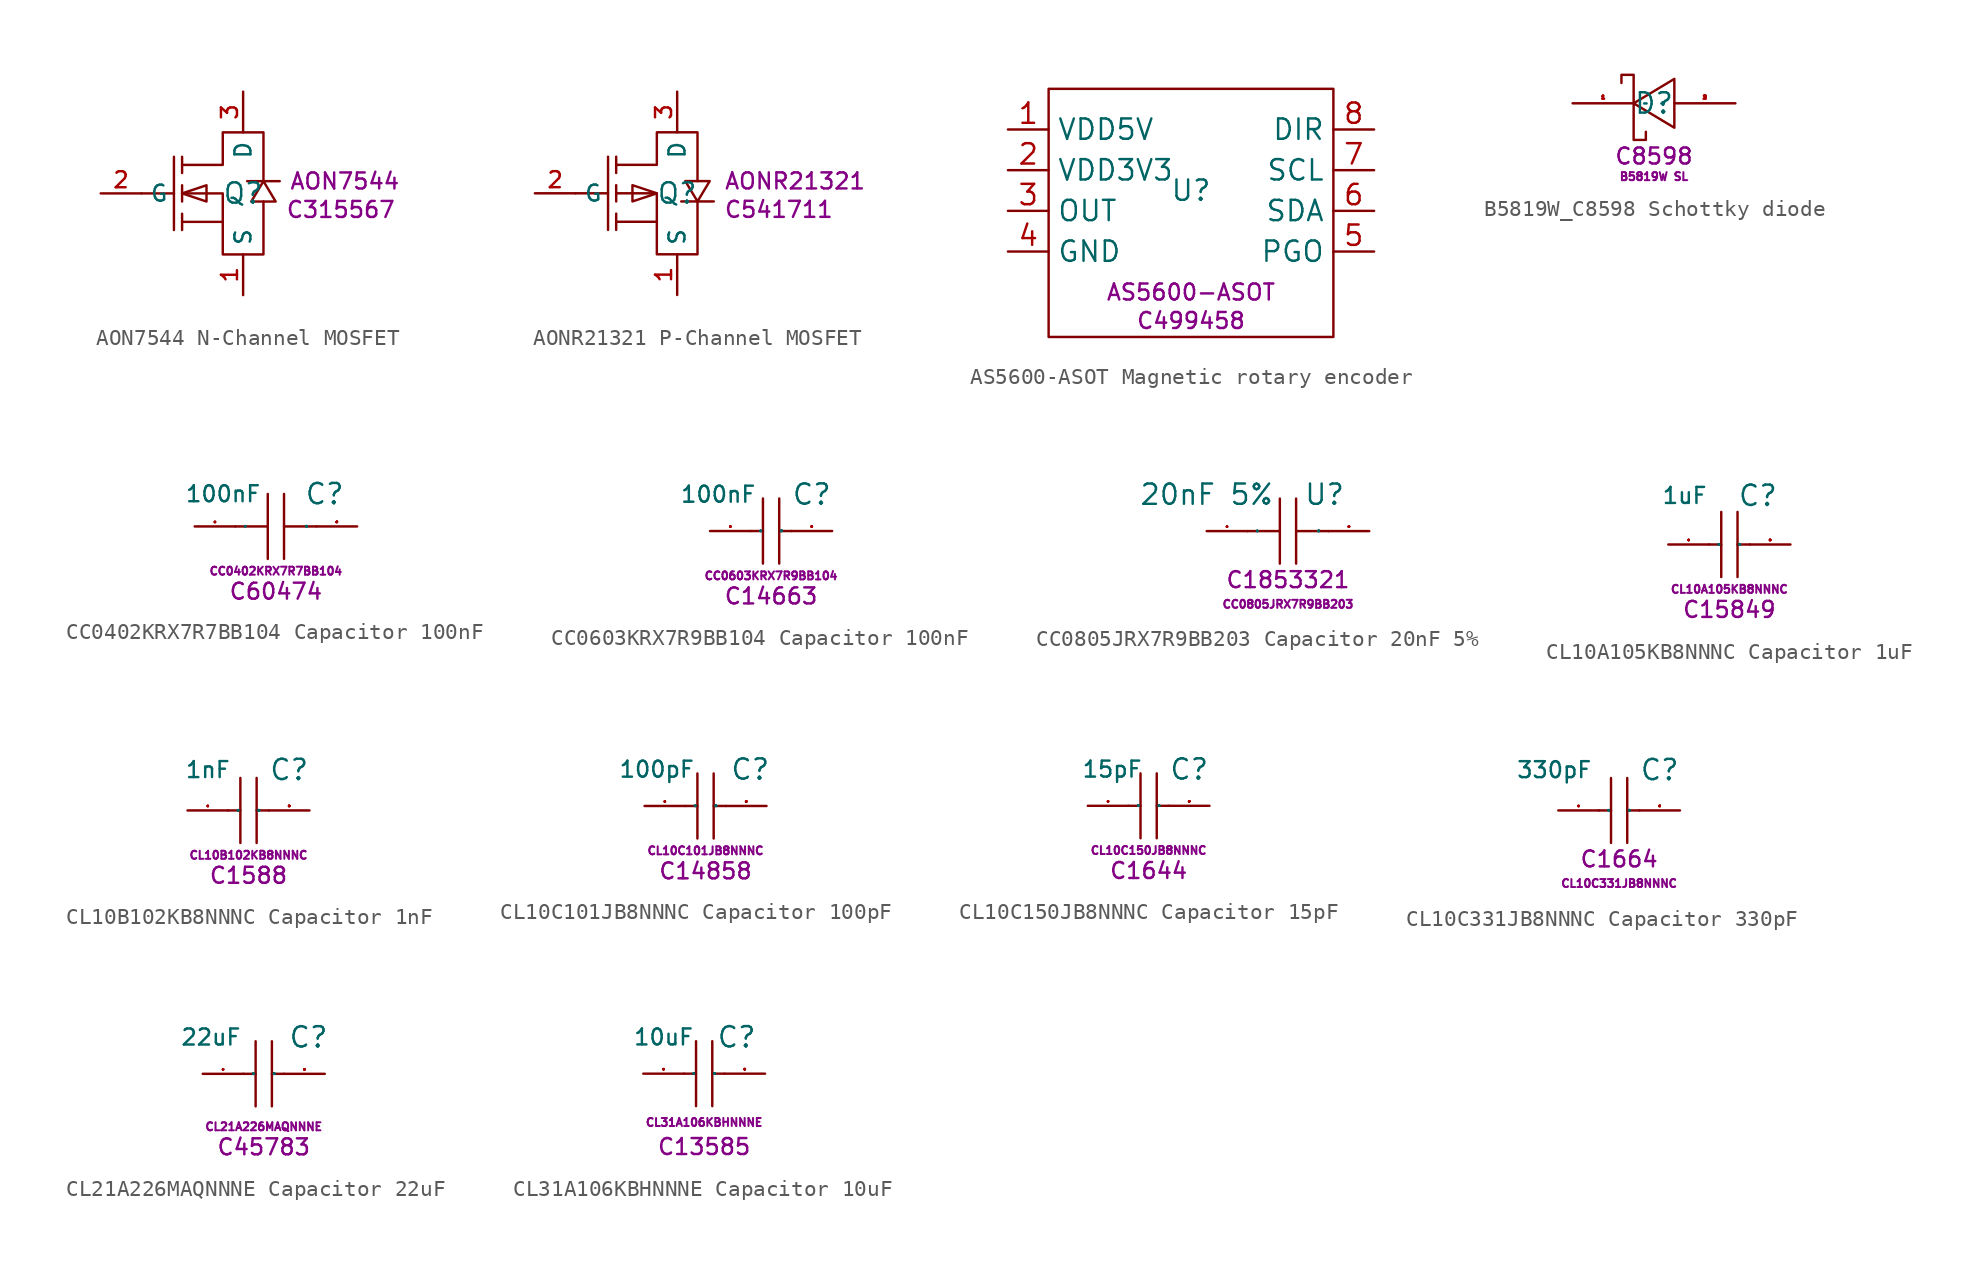
<source format=kicad_sym>
(kicad_symbol_lib
  (version 20241209)
  (generator "kicad_symbol_editor")
  (generator_version "9.0")
  (symbol "AON7544 N-Channel MOSFET"
    (property "Reference" "Q"
      (at 0 0 0)
      (effects (font (size 1.27 1.27))))
    (property "Manufacturer Part" "AON7544"
      (at 6.35 0.762 0)
      (do_not_autoplace)
      (effects (font (size 1 1))))
    (property "LCSC Part #" "C315567"
      (at 6.096 -1.016 0)
      (do_not_autoplace)
      (effects (font (size 1 1))))
    (symbol "AON7544 N-Channel MOSFET_1_0"
      (polyline (pts (xy -6.35 0) (xy -4.318 0)) (stroke (width 0) (type default)) (fill (type none)))
      (polyline (pts (xy -4.318 2.286) (xy -4.318 -2.286)) (stroke (width 0) (type default)) (fill (type none)))
      (polyline (pts (xy -3.81 2.286) (xy -3.81 1.27)) (stroke (width 0) (type default)) (fill (type none)))
      (polyline (pts (xy -3.81 1.778) (xy -1.27 1.778) (xy -1.27 1.778) (xy -1.27 2.54) (xy -1.27 3.81) (xy 1.27 3.81) (xy 1.27 2.54) (xy 1.27 2.54) (xy 1.27 2.54) (xy 1.27 0.762)) (stroke (width 0) (type default)) (fill (type none)))
      (polyline (pts (xy -3.81 0) (xy -2.286 -0.508) (xy -2.286 -0.508) (xy -2.286 0.508) (xy -2.286 0.508) (xy -3.81 0)) (stroke (width 0) (type default)) (fill (type none)))
      (polyline (pts (xy -3.81 0) (xy -1.27 0) (xy -1.27 0) (xy -1.27 -2.54) (xy -1.27 -2.54) (xy -1.27 -2.54) (xy -1.27 -2.54) (xy -1.27 -2.54) (xy -1.27 -3.81) (xy 1.27 -3.81) (xy 1.27 -2.54) (xy 1.27 -2.54) (xy 1.27 -2.54) (xy 1.27 -0.508)) (stroke (width 0) (type default)) (fill (type none)))
      (polyline (pts (xy -3.81 -0.508) (xy -3.81 0.508)) (stroke (width 0) (type default)) (fill (type none)))
      (polyline (pts (xy -3.81 -2.286) (xy -3.81 -1.27)) (stroke (width 0) (type default)) (fill (type none)))
      (polyline (pts (xy -1.27 -1.778) (xy -3.81 -1.778)) (stroke (width 0) (type default)) (fill (type none)))
      (polyline (pts (xy 0.254 0.762) (xy 0.762 0.762) (xy 0.762 0.762) (xy 1.778 0.762) (xy 1.778 0.762) (xy 2.286 0.762)) (stroke (width 0) (type default)) (fill (type none)))
      (polyline (pts (xy 1.27 0.762) (xy 2.032 -0.508) (xy 2.032 -0.508) (xy 0.508 -0.508) (xy 0.508 -0.508) (xy 1.27 0.762)) (stroke (width 0) (type default)) (fill (type none)))
      (pin unspecified line (at -8.89 0 0) (length 2.54) (name "G" (effects (font (size 1 1)))) (number "2" (effects (font (size 1 1)))))
      (pin unspecified line (at 0 6.35 270) (length 2.54) (name "D" (effects (font (size 1 1)))) (number "3" (effects (font (size 1 1)))))
      (pin unspecified line (at 0 -6.35 90) (length 2.54) (name "S" (effects (font (size 1 1)))) (number "1" (effects (font (size 1 1)))))))
  (symbol "AONR21321 P-Channel MOSFET"
    (property "Reference" "Q"
      (at 0 0 0)
      (effects (font (size 1.27 1.27))))
    (property "Manufacturer Part" "AONR21321"
      (at 7.366 0.762 0)
      (do_not_autoplace)
      (effects (font (size 1 1))))
    (property "LCSC Part #" "C541711"
      (at 6.35 -1.016 0)
      (do_not_autoplace)
      (effects (font (size 1 1))))
    (symbol "AONR21321 P-Channel MOSFET_1_0"
      (polyline (pts (xy -6.35 0) (xy -4.318 0)) (stroke (width 0) (type default)) (fill (type none)))
      (polyline (pts (xy -4.318 2.286) (xy -4.318 -2.286)) (stroke (width 0) (type default)) (fill (type none)))
      (polyline (pts (xy -3.81 2.286) (xy -3.81 1.27)) (stroke (width 0) (type default)) (fill (type none)))
      (polyline (pts (xy -3.81 1.778) (xy -1.27 1.778) (xy -1.27 1.778) (xy -1.27 2.54) (xy -1.27 3.81) (xy 1.27 3.81) (xy 1.27 2.54) (xy 1.27 2.54) (xy 1.27 2.54) (xy 1.27 0.762)) (stroke (width 0) (type default)) (fill (type none)))
      (polyline (pts (xy -3.81 0) (xy -1.27 0) (xy -1.27 0) (xy -1.27 -2.54) (xy -1.27 -2.54) (xy -1.27 -2.54) (xy -1.27 -2.54) (xy -1.27 -2.54) (xy -1.27 -3.81) (xy 1.27 -3.81) (xy 1.27 -2.54) (xy 1.27 -2.54) (xy 1.27 -2.54) (xy 1.27 -0.508)) (stroke (width 0) (type default)) (fill (type none)))
      (polyline (pts (xy -3.81 -0.508) (xy -3.81 0.508)) (stroke (width 0) (type default)) (fill (type none)))
      (polyline (pts (xy -3.81 -2.286) (xy -3.81 -1.27)) (stroke (width 0) (type default)) (fill (type none)))
      (polyline (pts (xy -1.27 0) (xy -2.794 -0.508) (xy -2.794 -0.508) (xy -2.794 0.508) (xy -2.794 0.508) (xy -1.27 0)) (stroke (width 0) (type default)) (fill (type none)))
      (polyline (pts (xy -1.27 -1.778) (xy -3.81 -1.778)) (stroke (width 0) (type default)) (fill (type none)))
      (polyline (pts (xy 0.254 -0.508) (xy 0.762 -0.508) (xy 0.762 -0.508) (xy 1.778 -0.508) (xy 1.778 -0.508) (xy 2.286 -0.508)) (stroke (width 0) (type default)) (fill (type none)))
      (polyline (pts (xy 1.27 -0.508) (xy 2.032 0.762) (xy 2.032 0.762) (xy 0.508 0.762) (xy 0.508 0.762) (xy 1.27 -0.508)) (stroke (width 0) (type default)) (fill (type none)))
      (pin unspecified line (at -8.89 0 0) (length 2.54) (name "G" (effects (font (size 1 1)))) (number "2" (effects (font (size 1 1)))))
      (pin unspecified line (at 0 6.35 270) (length 2.54) (name "D" (effects (font (size 1 1)))) (number "3" (effects (font (size 1 1)))))
      (pin unspecified line (at 0 -6.35 90) (length 2.54) (name "S" (effects (font (size 1 1)))) (number "1" (effects (font (size 1 1)))))))
  (symbol "AS5600-ASOT Magnetic rotary encoder"
    (property "Reference" "U"
      (at 0 0 0)
      (effects (font (size 1.27 1.27))))
    (property "Manufacturer Part" "AS5600-ASOT"
      (at 0 -6.35 0)
      (do_not_autoplace)
      (effects (font (size 1 1))))
    (property "LCSC Part #" "C499458"
      (at 0 -8.128 0)
      (do_not_autoplace)
      (effects (font (size 1 1))))
    (symbol "AS5600-ASOT Magnetic rotary encoder_1_0"
      (rectangle (start -8.89 6.35) (end 8.89 -9.144) (stroke (width 0) (type default)) (fill (type none)))
      (pin unspecified line (at -11.43 3.81 0) (length 2.54) (name "VDD5V" (effects (font (size 1.27 1.27)))) (number "1" (effects (font (size 1.27 1.27)))))
      (pin unspecified line (at -11.43 1.27 0) (length 2.54) (name "VDD3V3" (effects (font (size 1.27 1.27)))) (number "2" (effects (font (size 1.27 1.27)))))
      (pin unspecified line (at -11.43 -1.27 0) (length 2.54) (name "OUT" (effects (font (size 1.27 1.27)))) (number "3" (effects (font (size 1.27 1.27)))))
      (pin unspecified line (at -11.43 -3.81 0) (length 2.54) (name "GND" (effects (font (size 1.27 1.27)))) (number "4" (effects (font (size 1.27 1.27)))))
      (pin unspecified line (at 11.43 3.81 180) (length 2.54) (name "DIR" (effects (font (size 1.27 1.27)))) (number "8" (effects (font (size 1.27 1.27)))))
      (pin unspecified line (at 11.43 1.27 180) (length 2.54) (name "SCL" (effects (font (size 1.27 1.27)))) (number "7" (effects (font (size 1.27 1.27)))))
      (pin unspecified line (at 11.43 -1.27 180) (length 2.54) (name "SDA" (effects (font (size 1.27 1.27)))) (number "6" (effects (font (size 1.27 1.27)))))
      (pin unspecified line (at 11.43 -3.81 180) (length 2.54) (name "PGO" (effects (font (size 1.27 1.27)))) (number "5" (effects (font (size 1.27 1.27)))))))
  (symbol "B5819W_C8598 Schottky diode"
    (property "Reference" "D"
      (at 0 0 0)
      (effects (font (size 1.27 1.27))))
    (property "Manufacturer Part" "B5819W SL"
      (at 0 -4.572 0)
      (do_not_autoplace)
      (effects (font (size 0.5 0.5))))
    (property "LCSC Part #" "C8598"
      (at 0 -3.302 0)
      (do_not_autoplace)
      (effects (font (size 1 1))))
    (symbol "B5819W_C8598 Schottky diode_1_0"
      (polyline (pts (xy -0.508 -1.778) (xy -0.508 -2.286) (xy -0.508 -2.286) (xy -1.27 -2.286) (xy -1.27 -2.286) (xy -1.27 1.016) (xy -1.27 1.016) (xy -1.27 1.778) (xy -1.27 1.778) (xy -2.032 1.778) (xy -2.032 1.778) (xy -2.032 1.27)) (stroke (width 0) (type default)) (fill (type none)))
      (polyline (pts (xy 1.27 1.524) (xy -1.27 0) (xy -1.27 0) (xy 1.27 -1.524) (xy 1.27 -1.524) (xy 1.27 1.524)) (stroke (width 0) (type default)) (fill (type none)))
      (pin unspecified line (at -5.08 0 0) (length 3.81) (name "-" (effects (font (size 0.2 0.2)))) (number "1" (effects (font (size 0.2 0.2)))))
      (pin unspecified line (at 5.08 0 180) (length 3.81) (name "+" (effects (font (size 0.2 0.2)))) (number "2" (effects (font (size 0.2 0.2)))))))
  (symbol "CC0402KRX7R7BB104 Capacitor 100nF"
    (property "Reference" "C"
      (at 3.048 2.032 0)
      (do_not_autoplace)
      (effects (font (size 1.27 1.27))))
    (property "Value" "100nF"
      (at -3.302 2.032 0)
      (do_not_autoplace)
      (effects (font (size 1 1))))
    (property "Manufacturer Part" "CC0402KRX7R7BB104"
      (at 0 -2.794 0)
      (do_not_autoplace)
      (effects (font (size 0.5 0.5))))
    (property "LCSC Part #" "C60474"
      (at 0 -4.064 0)
      (do_not_autoplace)
      (effects (font (size 1 1))))
    (symbol "CC0402KRX7R7BB104 Capacitor 100nF_1_0"
      (polyline (pts (xy -0.508 0) (xy -2.54 0)) (stroke (width 0) (type default)) (fill (type none)))
      (polyline (pts (xy -0.508 -2.032) (xy -0.508 2.032)) (stroke (width 0) (type default)) (fill (type none)))
      (polyline (pts (xy 0.508 2.032) (xy 0.508 -2.032)) (stroke (width 0) (type default)) (fill (type none)))
      (polyline (pts (xy 2.54 0) (xy 0.508 0)) (stroke (width 0) (type default)) (fill (type none)))
      (pin input line (at -5.08 0 0) (length 2.54) (name "1" (effects (font (size 0.025 0.025)))) (number "1" (effects (font (size 0.025 0.025)))))
      (pin input line (at 5.08 0 180) (length 2.54) (name "2" (effects (font (size 0.025 0.025)))) (number "2" (effects (font (size 0.025 0.025)))))))
  (symbol "CC0603KRX7R9BB104 Capacitor 100nF"
    (property "Reference" "C"
      (at 2.54 2.286 0)
      (do_not_autoplace)
      (effects (font (size 1.27 1.27))))
    (property "Value" "100nF"
      (at -3.302 2.286 0)
      (do_not_autoplace)
      (effects (font (size 1 1))))
    (property "Manufacturer Part" "CC0603KRX7R9BB104"
      (at 0 -2.794 0)
      (do_not_autoplace)
      (effects (font (size 0.5 0.5))))
    (property "LCSC Part #" "C14663"
      (at 0 -4.064 0)
      (do_not_autoplace)
      (effects (font (size 1 1))))
    (symbol "CC0603KRX7R9BB104 Capacitor 100nF_1_0"
      (polyline (pts (xy -0.508 0) (xy -1.27 0)) (stroke (width 0) (type default)) (fill (type none)))
      (polyline (pts (xy -0.508 -2.032) (xy -0.508 2.032)) (stroke (width 0) (type default)) (fill (type none)))
      (polyline (pts (xy 0.508 2.032) (xy 0.508 -2.032)) (stroke (width 0) (type default)) (fill (type none)))
      (polyline (pts (xy 1.27 0) (xy 0.508 0)) (stroke (width 0) (type default)) (fill (type none)))
      (pin unspecified line (at -3.81 0 0) (length 2.54) (name "1" (effects (font (size 0.025 0.025)))) (number "1" (effects (font (size 0.025 0.025)))))
      (pin unspecified line (at 3.81 0 180) (length 2.54) (name "2" (effects (font (size 0.025 0.025)))) (number "2" (effects (font (size 0.025 0.025)))))))
  (symbol "CC0805JRX7R9BB203 Capacitor 20nF 5%"
    (property "Reference" "U"
      (at 2.286 2.286 0)
      (do_not_autoplace)
      (effects (font (size 1.27 1.27))))
    (property "Value" "20nF 5%"
      (at -5.08 2.286 0)
      (do_not_autoplace)
      (effects (font (size 1.27 1.27))))
    (property "Manufacturer Part" "CC0805JRX7R9BB203"
      (at 0 -4.572 0)
      (do_not_autoplace)
      (effects (font (size 0.5 0.5))))
    (property "LCSC Part #" "C1853321"
      (at 0 -3.048 0)
      (do_not_autoplace)
      (effects (font (size 1 1))))
    (symbol "CC0805JRX7R9BB203 Capacitor 20nF 5%_1_0"
      (polyline (pts (xy -0.508 0) (xy -2.54 0)) (stroke (width 0) (type default)) (fill (type none)))
      (polyline (pts (xy -0.508 -2.032) (xy -0.508 2.032)) (stroke (width 0) (type default)) (fill (type none)))
      (polyline (pts (xy 0.508 2.032) (xy 0.508 -2.032)) (stroke (width 0) (type default)) (fill (type none)))
      (polyline (pts (xy 2.54 0) (xy 0.508 0)) (stroke (width 0) (type default)) (fill (type none)))
      (pin unspecified line (at -5.08 0 0) (length 2.54) (name "1" (effects (font (size 0.025 0.025)))) (number "1" (effects (font (size 0.025 0.025)))))
      (pin unspecified line (at 5.08 0 180) (length 2.54) (name "2" (effects (font (size 0.025 0.025)))) (number "2" (effects (font (size 0.025 0.025)))))))
  (symbol "CL10A105KB8NNNC Capacitor 1uF"
    (property "Reference" "C"
      (at 1.778 3.048 0)
      (do_not_autoplace)
      (effects (font (size 1.27 1.27))))
    (property "Value" "1uF"
      (at -2.794 3.048 0)
      (do_not_autoplace)
      (effects (font (size 1 1))))
    (property "Manufacturer Part" "CL10A105KB8NNNC"
      (at 0 -2.794 0)
      (do_not_autoplace)
      (effects (font (size 0.5 0.5))))
    (property "LCSC Part #" "C15849"
      (at 0 -4.064 0)
      (do_not_autoplace)
      (effects (font (size 1 1))))
    (symbol "CL10A105KB8NNNC Capacitor 1uF_1_0"
      (polyline (pts (xy -0.508 0) (xy -1.27 0)) (stroke (width 0) (type default)) (fill (type none)))
      (polyline (pts (xy -0.508 -2.032) (xy -0.508 2.032)) (stroke (width 0) (type default)) (fill (type none)))
      (polyline (pts (xy 0.508 2.032) (xy 0.508 -2.032)) (stroke (width 0) (type default)) (fill (type none)))
      (polyline (pts (xy 1.27 0) (xy 0.508 0)) (stroke (width 0) (type default)) (fill (type none)))
      (pin unspecified line (at -3.81 0 0) (length 2.54) (name "1" (effects (font (size 0.025 0.025)))) (number "1" (effects (font (size 0.025 0.025)))))
      (pin unspecified line (at 3.81 0 180) (length 2.54) (name "2" (effects (font (size 0.025 0.025)))) (number "2" (effects (font (size 0.025 0.025)))))))
  (symbol "CL10B102KB8NNNC Capacitor 1nF"
    (property "Reference" "C"
      (at 2.54 2.54 0)
      (do_not_autoplace)
      (effects (font (size 1.27 1.27))))
    (property "Value" "1nF"
      (at -2.54 2.54 0)
      (do_not_autoplace)
      (effects (font (size 1 1))))
    (property "Manufacturer Part" "CL10B102KB8NNNC"
      (at 0 -2.794 0)
      (do_not_autoplace)
      (effects (font (size 0.5 0.5))))
    (property "LCSC Part #" "C1588"
      (at 0 -4.064 0)
      (do_not_autoplace)
      (effects (font (size 1 1))))
    (symbol "CL10B102KB8NNNC Capacitor 1nF_1_0"
      (polyline (pts (xy -1.27 0) (xy -0.508 0)) (stroke (width 0) (type default)) (fill (type none)))
      (polyline (pts (xy -0.508 2.032) (xy -0.508 -2.032)) (stroke (width 0) (type default)) (fill (type none)))
      (polyline (pts (xy 0.508 2.032) (xy 0.508 -2.032)) (stroke (width 0) (type default)) (fill (type none)))
      (polyline (pts (xy 0.508 0) (xy 1.27 0)) (stroke (width 0) (type default)) (fill (type none)))
      (pin input line (at -3.81 0 0) (length 2.54) (name "1" (effects (font (size 0.025 0.025)))) (number "1" (effects (font (size 0.025 0.025)))))
      (pin input line (at 3.81 0 180) (length 2.54) (name "2" (effects (font (size 0.025 0.025)))) (number "2" (effects (font (size 0.025 0.025)))))))
  (symbol "CL10C101JB8NNNC Capacitor 100pF"
    (property "Reference" "C"
      (at 2.794 2.286 0)
      (do_not_autoplace)
      (effects (font (size 1.27 1.27))))
    (property "Value" "100pF"
      (at -3.048 2.286 0)
      (do_not_autoplace)
      (effects (font (size 1 1))))
    (property "Manufacturer Part" "CL10C101JB8NNNC"
      (at 0 -2.794 0)
      (do_not_autoplace)
      (effects (font (size 0.5 0.5))))
    (property "LCSC Part #" "C14858"
      (at 0 -4.064 0)
      (do_not_autoplace)
      (effects (font (size 1 1))))
    (symbol "CL10C101JB8NNNC Capacitor 100pF_1_0"
      (polyline (pts (xy -1.27 0) (xy -0.508 0)) (stroke (width 0) (type default)) (fill (type none)))
      (polyline (pts (xy -0.508 2.032) (xy -0.508 -2.032)) (stroke (width 0) (type default)) (fill (type none)))
      (polyline (pts (xy 0.508 2.032) (xy 0.508 -2.032)) (stroke (width 0) (type default)) (fill (type none)))
      (polyline (pts (xy 0.508 0) (xy 1.27 0)) (stroke (width 0) (type default)) (fill (type none)))
      (pin input line (at -3.81 0 0) (length 2.54) (name "1" (effects (font (size 0.025 0.025)))) (number "1" (effects (font (size 0.025 0.025)))))
      (pin input line (at 3.81 0 180) (length 2.54) (name "2" (effects (font (size 0.025 0.025)))) (number "2" (effects (font (size 0.025 0.025)))))))
  (symbol "CL10C150JB8NNNC Capacitor 15pF"
    (property "Reference" "C"
      (at 2.54 2.286 0)
      (do_not_autoplace)
      (effects (font (size 1.27 1.27))))
    (property "Value" "15pF"
      (at -2.286 2.286 0)
      (do_not_autoplace)
      (effects (font (size 1 1))))
    (property "Manufacturer Part" "CL10C150JB8NNNC"
      (at 0 -2.794 0)
      (do_not_autoplace)
      (effects (font (size 0.5 0.5))))
    (property "LCSC Part #" "C1644"
      (at 0 -4.064 0)
      (do_not_autoplace)
      (effects (font (size 1 1))))
    (symbol "CL10C150JB8NNNC Capacitor 15pF_1_0"
      (polyline (pts (xy -1.27 0) (xy -0.508 0)) (stroke (width 0) (type default)) (fill (type none)))
      (polyline (pts (xy -0.508 2.032) (xy -0.508 -2.032)) (stroke (width 0) (type default)) (fill (type none)))
      (polyline (pts (xy 0.508 2.032) (xy 0.508 -2.032)) (stroke (width 0) (type default)) (fill (type none)))
      (polyline (pts (xy 0.508 0) (xy 1.27 0)) (stroke (width 0) (type default)) (fill (type none)))
      (pin input line (at -3.81 0 0) (length 2.54) (name "1" (effects (font (size 0.025 0.025)))) (number "1" (effects (font (size 0.025 0.025)))))
      (pin input line (at 3.81 0 180) (length 2.54) (name "2" (effects (font (size 0.025 0.025)))) (number "2" (effects (font (size 0.025 0.025)))))))
  (symbol "CL10C331JB8NNNC Capacitor 330pF"
    (property "Reference" "C"
      (at 2.54 2.54 0)
      (do_not_autoplace)
      (effects (font (size 1.27 1.27))))
    (property "Value" "330pF"
      (at -4.064 2.54 0)
      (do_not_autoplace)
      (effects (font (size 1 1))))
    (property "Manufacturer Part" "CL10C331JB8NNNC"
      (at 0 -4.572 0)
      (do_not_autoplace)
      (effects (font (size 0.5 0.5))))
    (property "LCSC Part #" "C1664"
      (at 0 -3.048 0)
      (do_not_autoplace)
      (effects (font (size 1 1))))
    (symbol "CL10C331JB8NNNC Capacitor 330pF_1_0"
      (polyline (pts (xy -1.27 0) (xy -0.508 0)) (stroke (width 0) (type default)) (fill (type none)))
      (polyline (pts (xy -0.508 2.032) (xy -0.508 -2.032)) (stroke (width 0) (type default)) (fill (type none)))
      (polyline (pts (xy 0.508 2.032) (xy 0.508 -2.032)) (stroke (width 0) (type default)) (fill (type none)))
      (polyline (pts (xy 0.508 0) (xy 1.27 0)) (stroke (width 0) (type default)) (fill (type none)))
      (pin input line (at -3.81 0 0) (length 2.54) (name "1" (effects (font (size 0.025 0.025)))) (number "1" (effects (font (size 0.025 0.025)))))
      (pin input line (at 3.81 0 180) (length 2.54) (name "2" (effects (font (size 0.025 0.025)))) (number "2" (effects (font (size 0.025 0.025)))))))
  (symbol "CL21A226MAQNNNE Capacitor 22uF"
    (property "Reference" "C"
      (at 2.794 2.286 0)
      (do_not_autoplace)
      (effects (font (size 1.27 1.27))))
    (property "Value" "22uF"
      (at -3.302 2.286 0)
      (do_not_autoplace)
      (effects (font (size 1 1))))
    (property "Manufacturer Part" "CL21A226MAQNNNE"
      (at 0 -3.302 0)
      (do_not_autoplace)
      (effects (font (size 0.5 0.5))))
    (property "LCSC Part #" "C45783"
      (at 0 -4.572 0)
      (do_not_autoplace)
      (effects (font (size 1 1))))
    (symbol "CL21A226MAQNNNE Capacitor 22uF_1_0"
      (polyline (pts (xy -0.508 0) (xy -1.27 0)) (stroke (width 0) (type default)) (fill (type none)))
      (polyline (pts (xy -0.508 -2.032) (xy -0.508 2.032)) (stroke (width 0) (type default)) (fill (type none)))
      (polyline (pts (xy 0.508 2.032) (xy 0.508 -2.032)) (stroke (width 0) (type default)) (fill (type none)))
      (polyline (pts (xy 1.27 0) (xy 0.508 0)) (stroke (width 0) (type default)) (fill (type none)))
      (pin unspecified line (at -3.81 0 0) (length 2.54) (name "1" (effects (font (size 0.025 0.025)))) (number "1" (effects (font (size 0.025 0.025)))))
      (pin unspecified line (at 3.81 0 180) (length 2.54) (name "2" (effects (font (size 0.025 0.025)))) (number "2" (effects (font (size 0.025 0.025)))))))
  (symbol "CL31A106KBHNNNE Capacitor 10uF"
    (property "Reference" "C"
      (at 2.032 2.286 0)
      (do_not_autoplace)
      (effects (font (size 1.27 1.27))))
    (property "Value" "10uF"
      (at -2.54 2.286 0)
      (do_not_autoplace)
      (effects (font (size 1 1))))
    (property "Manufacturer Part" "CL31A106KBHNNNE"
      (at 0 -3.048 0)
      (do_not_autoplace)
      (effects (font (size 0.5 0.5))))
    (property "LCSC Part #" "C13585"
      (at 0 -4.572 0)
      (do_not_autoplace)
      (effects (font (size 1 1))))
    (symbol "CL31A106KBHNNNE Capacitor 10uF_1_0"
      (polyline (pts (xy -1.27 0) (xy -0.508 0)) (stroke (width 0) (type default)) (fill (type none)))
      (polyline (pts (xy -0.508 2.032) (xy -0.508 -2.032)) (stroke (width 0) (type default)) (fill (type none)))
      (polyline (pts (xy 0.508 2.032) (xy 0.508 -2.032)) (stroke (width 0) (type default)) (fill (type none)))
      (polyline (pts (xy 0.508 0) (xy 1.27 0)) (stroke (width 0) (type default)) (fill (type none)))
      (pin input line (at -3.81 0 0) (length 2.54) (name "1" (effects (font (size 0.025 0.025)))) (number "1" (effects (font (size 0.025 0.025)))))
      (pin input line (at 3.81 0 180) (length 2.54) (name "2" (effects (font (size 0.025 0.025)))) (number "2" (effects (font (size 0.025 0.025))))))))
</source>
